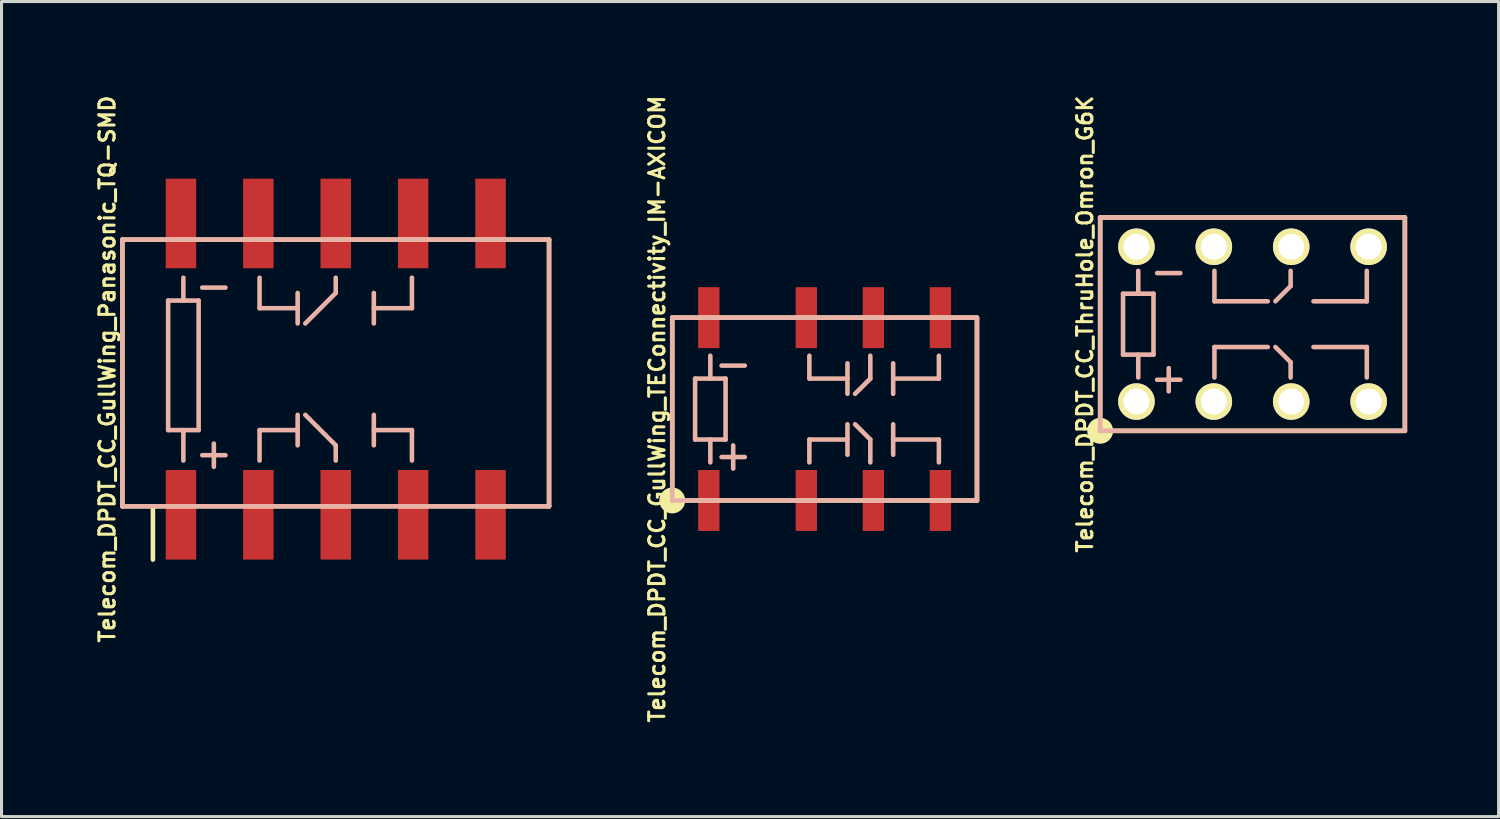
<source format=kicad_pcb>
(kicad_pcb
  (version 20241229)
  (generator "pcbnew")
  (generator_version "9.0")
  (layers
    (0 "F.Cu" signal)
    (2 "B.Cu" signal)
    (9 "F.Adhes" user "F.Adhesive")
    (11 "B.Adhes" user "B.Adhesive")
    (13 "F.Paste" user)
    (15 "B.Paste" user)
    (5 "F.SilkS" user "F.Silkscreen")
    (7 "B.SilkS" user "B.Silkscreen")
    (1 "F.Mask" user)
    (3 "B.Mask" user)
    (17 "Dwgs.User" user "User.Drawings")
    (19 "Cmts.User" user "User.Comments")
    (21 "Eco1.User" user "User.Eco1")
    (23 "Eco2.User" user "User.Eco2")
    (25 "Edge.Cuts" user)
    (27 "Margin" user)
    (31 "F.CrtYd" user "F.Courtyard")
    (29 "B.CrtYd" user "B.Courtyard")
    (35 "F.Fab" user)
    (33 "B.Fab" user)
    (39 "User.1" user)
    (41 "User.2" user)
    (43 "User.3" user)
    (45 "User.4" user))
  (footprint "Telecom_DPDT_CC_GullWing_Panasonic_TQ-SMD"
    (layer "F.Cu")
    (at 7.968 9.064)
    (property "Reference" "Telecom_DPDT_CC_GullWing_Panasonic_TQ-SMD" (at -7.5 0 90) (layer "F.SilkS") (effects (font (size 0.5 0.5) (thickness 0.1))))
    (attr through_hole)
    (fp_line (start -7 -4.25) (end -7 4.5) (stroke (width 0.15) (type solid)) (layer "F.SilkS"))
    (fp_line (start -7 4.5) (end 7 4.5) (stroke (width 0.15) (type solid)) (layer "F.SilkS"))
    (fp_line (start -6 4.5) (end -6 6.25) (stroke (width 0.15) (type solid)) (layer "F.SilkS"))
    (fp_line (start 7 -4.25) (end -7 -4.25) (stroke (width 0.15) (type solid)) (layer "F.SilkS"))
    (fp_line (start 7 4.5) (end 7 -4.25) (stroke (width 0.15) (type solid)) (layer "F.SilkS"))
    (fp_line (start -7 -4.25) (end 7 -4.25) (stroke (width 0.15) (type solid)) (layer "B.SilkS"))
    (fp_line (start -7 4.5) (end -7 -4.25) (stroke (width 0.15) (type solid)) (layer "B.SilkS"))
    (fp_line (start -5.5 -2.25) (end -5.5 2) (stroke (width 0.15) (type solid)) (layer "B.SilkS"))
    (fp_line (start -5.5 -2.25) (end -4.5 -2.25) (stroke (width 0.15) (type solid)) (layer "B.SilkS"))
    (fp_line (start -5 -3) (end -5 -2.25) (stroke (width 0.15) (type solid)) (layer "B.SilkS"))
    (fp_line (start -5 3) (end -5 2) (stroke (width 0.15) (type solid)) (layer "B.SilkS"))
    (fp_line (start -4.5 2) (end -5.5 2) (stroke (width 0.15) (type solid)) (layer "B.SilkS"))
    (fp_line (start -4.5 2) (end -4.5 -2.25) (stroke (width 0.15) (type solid)) (layer "B.SilkS"))
    (fp_line (start -2.5 -3) (end -2.5 -2) (stroke (width 0.15) (type solid)) (layer "B.SilkS"))
    (fp_line (start -2.5 -2) (end -1.25 -2) (stroke (width 0.15) (type solid)) (layer "B.SilkS"))
    (fp_line (start -2.5 2) (end -1.25 2) (stroke (width 0.15) (type solid)) (layer "B.SilkS"))
    (fp_line (start -2.5 3) (end -2.5 2) (stroke (width 0.15) (type solid)) (layer "B.SilkS"))
    (fp_line (start -1.25 -2.5) (end -1.25 -1.5) (stroke (width 0.15) (type solid)) (layer "B.SilkS"))
    (fp_line (start -1.25 1.5) (end -1.25 2.5) (stroke (width 0.15) (type solid)) (layer "B.SilkS"))
    (fp_line (start -1 -1.5) (end 0 -2.5) (stroke (width 0.15) (type solid)) (layer "B.SilkS"))
    (fp_line (start -1 1.5) (end 0 2.5) (stroke (width 0.15) (type solid)) (layer "B.SilkS"))
    (fp_line (start 0 -2.5) (end 0 -3) (stroke (width 0.15) (type solid)) (layer "B.SilkS"))
    (fp_line (start 0 2.5) (end 0 3) (stroke (width 0.15) (type solid)) (layer "B.SilkS"))
    (fp_line (start 1.25 -2.5) (end 1.25 -1.5) (stroke (width 0.15) (type solid)) (layer "B.SilkS"))
    (fp_line (start 1.25 1.5) (end 1.25 2.5) (stroke (width 0.15) (type solid)) (layer "B.SilkS"))
    (fp_line (start 1.25 2) (end 2.5 2) (stroke (width 0.15) (type solid)) (layer "B.SilkS"))
    (fp_line (start 2.5 -3) (end 2.5 -2) (stroke (width 0.15) (type solid)) (layer "B.SilkS"))
    (fp_line (start 2.5 -2) (end 1.25 -2) (stroke (width 0.15) (type solid)) (layer "B.SilkS"))
    (fp_line (start 2.5 2) (end 2.5 3) (stroke (width 0.15) (type solid)) (layer "B.SilkS"))
    (fp_line (start 7 -4.25) (end 7 4.5) (stroke (width 0.15) (type solid)) (layer "B.SilkS"))
    (fp_line (start 7 4.5) (end -7 4.5) (stroke (width 0.15) (type solid)) (layer "B.SilkS"))
    (fp_text user "-" (at -4 -2.75 0) (layer "B.SilkS") (effects (font (size 1 1) (thickness 0.15)) (justify mirror)))
    (fp_text user "+" (at -4 2.75 0) (layer "B.SilkS") (effects (font (size 1 1) (thickness 0.15)) (justify mirror)))
    (pad "1" smd rect (at -5.08 4.78) (size 1 2.94) (layers "F.Cu" "F.Mask" "F.Paste"))
    (pad "2" smd rect (at -2.54 4.78) (size 1 2.94) (layers "F.Cu" "F.Mask" "F.Paste"))
    (pad "3" smd rect (at 0 4.78) (size 1 2.94) (layers "F.Cu" "F.Mask" "F.Paste"))
    (pad "4" smd rect (at 2.54 4.78) (size 1 2.94) (layers "F.Cu" "F.Mask" "F.Paste"))
    (pad "5" smd rect (at 5.08 4.78) (size 1 2.94) (layers "F.Cu" "F.Mask" "F.Paste"))
    (pad "6" smd rect (at 5.08 -4.78) (size 1 2.94) (layers "F.Cu" "F.Mask" "F.Paste"))
    (pad "7" smd rect (at 2.54 -4.78) (size 1 2.94) (layers "F.Cu" "F.Mask" "F.Paste"))
    (pad "8" smd rect (at 0 -4.78) (size 1 2.94) (layers "F.Cu" "F.Mask" "F.Paste"))
    (pad "9" smd rect (at -2.54 -4.78) (size 1 2.94) (layers "F.Cu" "F.Mask" "F.Paste"))
    (pad "10" smd rect (at -5.08 -4.78) (size 1 2.94) (layers "F.Cu" "F.Mask" "F.Paste")))
  (footprint "Telecom_DPDT_CC_GullWing_TEConnectivity_IM-AXICOM"
    (layer "F.Cu")
    (at 24.011 10.374)
    (property "Reference" "Telecom_DPDT_CC_GullWing_TEConnectivity_IM-AXICOM" (at -5.5 0 90) (layer "F.SilkS") (effects (font (size 0.5 0.5) (thickness 0.1))))
    (attr through_hole)
    (fp_line (start -5 -3) (end -5 3) (stroke (width 0.15) (type solid)) (layer "F.SilkS"))
    (fp_line (start -5 3) (end 5 3) (stroke (width 0.15) (type solid)) (layer "F.SilkS"))
    (fp_line (start 5 -3) (end -5 -3) (stroke (width 0.15) (type solid)) (layer "F.SilkS"))
    (fp_line (start 5 3) (end 5 -3) (stroke (width 0.15) (type solid)) (layer "F.SilkS"))
    (fp_circle (center -5 3) (end -5 3.25) (stroke (width 0.35) (type solid)) (fill no) (layer "F.SilkS"))
    (fp_line (start -5 -3) (end 5 -3) (stroke (width 0.15) (type solid)) (layer "B.SilkS"))
    (fp_line (start -5 3) (end -5 -3) (stroke (width 0.15) (type solid)) (layer "B.SilkS"))
    (fp_line (start -4.25 -1) (end -4.25 1) (stroke (width 0.15) (type solid)) (layer "B.SilkS"))
    (fp_line (start -4.25 -1) (end -3.25 -1) (stroke (width 0.15) (type solid)) (layer "B.SilkS"))
    (fp_line (start -4.25 1) (end -3.25 1) (stroke (width 0.15) (type solid)) (layer "B.SilkS"))
    (fp_line (start -3.75 -1.75) (end -3.75 -1) (stroke (width 0.15) (type solid)) (layer "B.SilkS"))
    (fp_line (start -3.75 1) (end -3.75 1.75) (stroke (width 0.15) (type solid)) (layer "B.SilkS"))
    (fp_line (start -3.25 1) (end -3.25 -1) (stroke (width 0.15) (type solid)) (layer "B.SilkS"))
    (fp_line (start -0.5 -1.75) (end -0.5 -1) (stroke (width 0.15) (type solid)) (layer "B.SilkS"))
    (fp_line (start -0.5 -1) (end 0.75 -1) (stroke (width 0.15) (type solid)) (layer "B.SilkS"))
    (fp_line (start -0.5 1) (end 0.75 1) (stroke (width 0.15) (type solid)) (layer "B.SilkS"))
    (fp_line (start -0.5 1.75) (end -0.5 1) (stroke (width 0.15) (type solid)) (layer "B.SilkS"))
    (fp_line (start 0.75 -1.5) (end 0.75 -0.5) (stroke (width 0.15) (type solid)) (layer "B.SilkS"))
    (fp_line (start 0.75 0.5) (end 0.75 1.5) (stroke (width 0.15) (type solid)) (layer "B.SilkS"))
    (fp_line (start 1 -0.5) (end 1.5 -1) (stroke (width 0.15) (type solid)) (layer "B.SilkS"))
    (fp_line (start 1 0.5) (end 1.5 1) (stroke (width 0.15) (type solid)) (layer "B.SilkS"))
    (fp_line (start 1.5 -1) (end 1.5 -1.75) (stroke (width 0.15) (type solid)) (layer "B.SilkS"))
    (fp_line (start 1.5 1) (end 1.5 1.75) (stroke (width 0.15) (type solid)) (layer "B.SilkS"))
    (fp_line (start 2.25 -1.5) (end 2.25 -0.5) (stroke (width 0.15) (type solid)) (layer "B.SilkS"))
    (fp_line (start 2.25 -1) (end 3.75 -1) (stroke (width 0.15) (type solid)) (layer "B.SilkS"))
    (fp_line (start 2.25 0.5) (end 2.25 1.5) (stroke (width 0.15) (type solid)) (layer "B.SilkS"))
    (fp_line (start 2.25 1) (end 3.75 1) (stroke (width 0.15) (type solid)) (layer "B.SilkS"))
    (fp_line (start 3.75 -1) (end 3.75 -1.75) (stroke (width 0.15) (type solid)) (layer "B.SilkS"))
    (fp_line (start 3.75 1) (end 3.75 1.75) (stroke (width 0.15) (type solid)) (layer "B.SilkS"))
    (fp_line (start 5 -3) (end 5 3) (stroke (width 0.15) (type solid)) (layer "B.SilkS"))
    (fp_line (start 5 3) (end -5 3) (stroke (width 0.15) (type solid)) (layer "B.SilkS"))
    (fp_text user "-" (at -3 -1.5 0) (layer "B.SilkS") (effects (font (size 1 1) (thickness 0.15)) (justify mirror)))
    (fp_text user "+" (at -3 1.5 0) (layer "B.SilkS") (effects (font (size 1 1) (thickness 0.15)) (justify mirror)))
    (pad "1" smd rect (at -3.8 3) (size 0.7 2) (layers "F.Cu" "F.Mask" "F.Paste"))
    (pad "2" smd rect (at -0.6 3) (size 0.7 2) (layers "F.Cu" "F.Mask" "F.Paste"))
    (pad "3" smd rect (at 1.6 3) (size 0.7 2) (layers "F.Cu" "F.Mask" "F.Paste"))
    (pad "4" smd rect (at 3.8 3) (size 0.7 2) (layers "F.Cu" "F.Mask" "F.Paste"))
    (pad "5" smd rect (at 3.8 -3) (size 0.7 2) (layers "F.Cu" "F.Mask" "F.Paste"))
    (pad "6" smd rect (at 1.6 -3) (size 0.7 2) (layers "F.Cu" "F.Mask" "F.Paste"))
    (pad "7" smd rect (at -0.6 -3) (size 0.7 2) (layers "F.Cu" "F.Mask" "F.Paste"))
    (pad "8" smd rect (at -3.8 -3) (size 0.7 2) (layers "F.Cu" "F.Mask" "F.Paste")))
  (footprint "Telecom_DPDT_CC_ThruHole_Omron_G6K"
    (layer "F.Cu")
    (at 38.054 7.588)
    (property "Reference" "Telecom_DPDT_CC_ThruHole_Omron_G6K" (at -5.5 0 90) (layer "F.SilkS") (effects (font (size 0.5 0.5) (thickness 0.1))))
    (attr through_hole)
    (fp_line (start -5 -3.5) (end -5 3.5) (stroke (width 0.15) (type solid)) (layer "F.SilkS"))
    (fp_line (start -5 3.5) (end 5 3.5) (stroke (width 0.15) (type solid)) (layer "F.SilkS"))
    (fp_line (start 5 -3.5) (end -5 -3.5) (stroke (width 0.15) (type solid)) (layer "F.SilkS"))
    (fp_line (start 5 3.5) (end 5 -3.5) (stroke (width 0.15) (type solid)) (layer "F.SilkS"))
    (fp_circle (center -5 3.5) (end -5.25 3.5) (stroke (width 0.35) (type solid)) (fill no) (layer "F.SilkS"))
    (fp_line (start -5 -3.5) (end -5 3.5) (stroke (width 0.15) (type solid)) (layer "B.SilkS"))
    (fp_line (start -5 3.5) (end 5 3.5) (stroke (width 0.15) (type solid)) (layer "B.SilkS"))
    (fp_line (start -4.25 -1) (end -4.25 1) (stroke (width 0.15) (type solid)) (layer "B.SilkS"))
    (fp_line (start -4.25 -1) (end -3.25 -1) (stroke (width 0.15) (type solid)) (layer "B.SilkS"))
    (fp_line (start -4.25 1) (end -3.25 1) (stroke (width 0.15) (type solid)) (layer "B.SilkS"))
    (fp_line (start -3.75 -1.75) (end -3.75 -1) (stroke (width 0.15) (type solid)) (layer "B.SilkS"))
    (fp_line (start -3.75 1) (end -3.75 1.75) (stroke (width 0.15) (type solid)) (layer "B.SilkS"))
    (fp_line (start -3.25 1) (end -3.25 -1) (stroke (width 0.15) (type solid)) (layer "B.SilkS"))
    (fp_line (start -1.25 -1.75) (end -1.25 -0.75) (stroke (width 0.15) (type solid)) (layer "B.SilkS"))
    (fp_line (start -1.25 -0.75) (end 0.5 -0.75) (stroke (width 0.15) (type solid)) (layer "B.SilkS"))
    (fp_line (start -1.25 0.75) (end 0.5 0.75) (stroke (width 0.15) (type solid)) (layer "B.SilkS"))
    (fp_line (start -1.25 1.75) (end -1.25 0.75) (stroke (width 0.15) (type solid)) (layer "B.SilkS"))
    (fp_line (start 1.25 -1.75) (end 1.25 -1.25) (stroke (width 0.15) (type solid)) (layer "B.SilkS"))
    (fp_line (start 1.25 -1.25) (end 0.75 -0.75) (stroke (width 0.15) (type solid)) (layer "B.SilkS"))
    (fp_line (start 1.25 1.25) (end 0.75 0.75) (stroke (width 0.15) (type solid)) (layer "B.SilkS"))
    (fp_line (start 1.25 1.75) (end 1.25 1.25) (stroke (width 0.15) (type solid)) (layer "B.SilkS"))
    (fp_line (start 3.75 -1.75) (end 3.75 -0.75) (stroke (width 0.15) (type solid)) (layer "B.SilkS"))
    (fp_line (start 3.75 -0.75) (end 2 -0.75) (stroke (width 0.15) (type solid)) (layer "B.SilkS"))
    (fp_line (start 3.75 0.75) (end 2 0.75) (stroke (width 0.15) (type solid)) (layer "B.SilkS"))
    (fp_line (start 3.75 1.75) (end 3.75 0.75) (stroke (width 0.15) (type solid)) (layer "B.SilkS"))
    (fp_line (start 5 -3.5) (end -5 -3.5) (stroke (width 0.15) (type solid)) (layer "B.SilkS"))
    (fp_line (start 5 3.5) (end 5 -3.5) (stroke (width 0.15) (type solid)) (layer "B.SilkS"))
    (fp_text user "-" (at -2.75 -1.75 0) (layer "B.SilkS") (effects (font (size 1 1) (thickness 0.15)) (justify mirror)))
    (fp_text user "+" (at -2.75 1.75 0) (layer "B.SilkS") (effects (font (size 1 1) (thickness 0.15)) (justify mirror)))
    (pad "1" thru_hole circle (at -3.81 2.54) (size 1.2 1.2) (drill 0.85) (layers "*.Cu" "*.Mask" "F.SilkS"))
    (pad "2" thru_hole circle (at -1.27 2.54) (size 1.2 1.2) (drill 0.85) (layers "*.Cu" "*.Mask" "F.SilkS"))
    (pad "3" thru_hole circle (at 1.27 2.54) (size 1.2 1.2) (drill 0.85) (layers "*.Cu" "*.Mask" "F.SilkS"))
    (pad "4" thru_hole circle (at 3.81 2.54) (size 1.2 1.2) (drill 0.85) (layers "*.Cu" "*.Mask" "F.SilkS"))
    (pad "5" thru_hole circle (at 3.81 -2.54) (size 1.2 1.2) (drill 0.85) (layers "*.Cu" "*.Mask" "F.SilkS"))
    (pad "6" thru_hole circle (at 1.27 -2.54) (size 1.2 1.2) (drill 0.85) (layers "*.Cu" "*.Mask" "F.SilkS"))
    (pad "7" thru_hole circle (at -1.27 -2.54) (size 1.2 1.2) (drill 0.85) (layers "*.Cu" "*.Mask" "F.SilkS"))
    (pad "8" thru_hole circle (at -3.81 -2.54) (size 1.2 1.2) (drill 0.85) (layers "*.Cu" "*.Mask" "F.SilkS")))
  (gr_rect
    (start -3 -3)
    (end 46.129 23.748)
    (stroke (width 0.1) (type default))
    (fill no)
    (layer "Edge.Cuts")))
</source>
